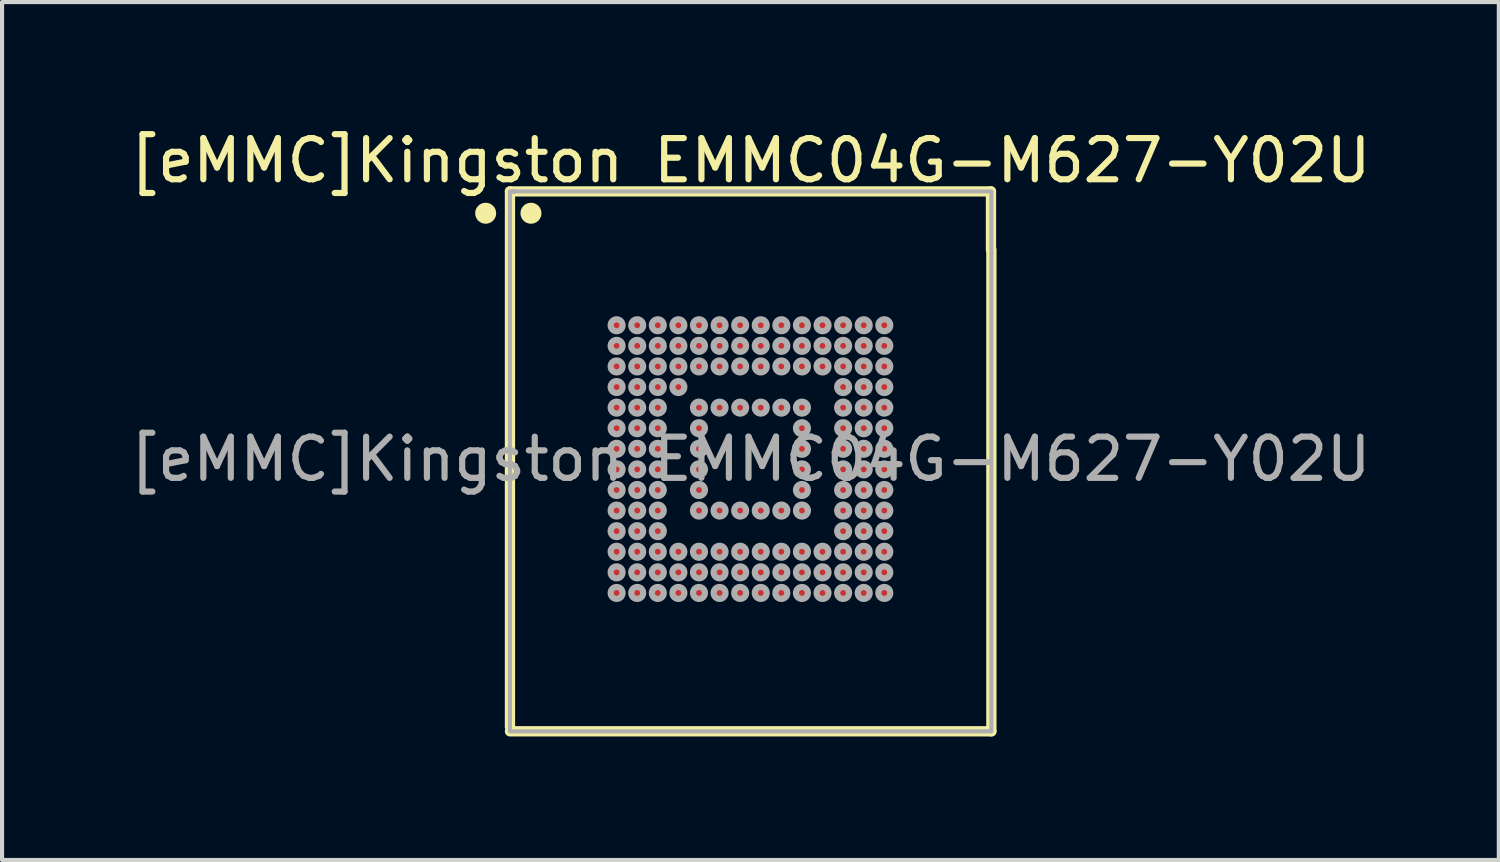
<source format=kicad_pcb>
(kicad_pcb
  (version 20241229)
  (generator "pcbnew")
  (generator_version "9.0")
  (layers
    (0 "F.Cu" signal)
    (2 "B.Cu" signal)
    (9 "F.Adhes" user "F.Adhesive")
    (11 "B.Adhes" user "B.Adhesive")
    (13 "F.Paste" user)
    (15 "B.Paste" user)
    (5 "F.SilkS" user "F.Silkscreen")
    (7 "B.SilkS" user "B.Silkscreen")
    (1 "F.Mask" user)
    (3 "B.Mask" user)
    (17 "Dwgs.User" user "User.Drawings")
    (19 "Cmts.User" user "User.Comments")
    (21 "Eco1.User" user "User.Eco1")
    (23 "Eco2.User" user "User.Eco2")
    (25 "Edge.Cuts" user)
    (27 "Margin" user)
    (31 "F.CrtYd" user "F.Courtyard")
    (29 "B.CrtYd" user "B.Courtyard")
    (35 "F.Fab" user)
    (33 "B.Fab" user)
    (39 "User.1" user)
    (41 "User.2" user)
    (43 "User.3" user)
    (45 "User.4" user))
  (footprint "[eMMC]Kingston EMMC04G-M627-Y02U"
    (layer "F.Cu")
    (at 15.173 8.098)
    (property "Reference" "[eMMC]Kingston EMMC04G-M627-Y02U" (at 0 -7.25 0) (layer "F.SilkS") (effects (font (size 1 1) (thickness 0.15))))
    (attr smd)
    (fp_line (start -5.84 -6.5) (end 5.84 -6.5) (stroke (width 0.25) (type solid)) (layer "F.SilkS"))
    (fp_line (start -5.84 6.5) (end -5.84 -6.5) (stroke (width 0.25) (type solid)) (layer "F.SilkS"))
    (fp_line (start -5.84 6.61) (end 5.85 6.61) (stroke (width 0.25) (type solid)) (layer "F.SilkS"))
    (fp_line (start 5.84 -6.5) (end 5.84 -5.08) (stroke (width 0.25) (type solid)) (layer "F.SilkS"))
    (fp_line (start 5.85 6.61) (end 5.85 -5.08) (stroke (width 0.25) (type solid)) (layer "F.SilkS"))
    (fp_circle (center -6.43 -5.97) (end -6.3 -5.97) (stroke (width 0.25) (type solid)) (fill no) (layer "F.SilkS"))
    (fp_circle (center -5.33 -5.97) (end -5.2 -5.97) (stroke (width 0.25) (type solid)) (fill no) (layer "F.SilkS"))
    (fp_rect (start -5.84 -6.5) (end 5.85 6.61) (stroke (width 0.1) (type solid)) (fill no) (layer "F.Fab"))
    (fp_circle (center -5.75 -6.5) (end -5.72 -6.5) (stroke (width 0.06) (type solid)) (fill no) (layer "F.Fab"))
    (fp_circle (center -3.25 -3.25) (end -3.18 -3.25) (stroke (width 0.15) (type solid)) (fill no) (layer "F.Fab"))
    (fp_circle (center -3.25 -2.75) (end -3.18 -2.75) (stroke (width 0.15) (type solid)) (fill no) (layer "F.Fab"))
    (fp_circle (center -3.25 -2.25) (end -3.18 -2.25) (stroke (width 0.15) (type solid)) (fill no) (layer "F.Fab"))
    (fp_circle (center -3.25 -1.75) (end -3.18 -1.75) (stroke (width 0.15) (type solid)) (fill no) (layer "F.Fab"))
    (fp_circle (center -3.25 -1.25) (end -3.18 -1.25) (stroke (width 0.15) (type solid)) (fill no) (layer "F.Fab"))
    (fp_circle (center -3.25 -0.75) (end -3.18 -0.75) (stroke (width 0.15) (type solid)) (fill no) (layer "F.Fab"))
    (fp_circle (center -3.25 -0.25) (end -3.18 -0.25) (stroke (width 0.15) (type solid)) (fill no) (layer "F.Fab"))
    (fp_circle (center -3.25 0.25) (end -3.18 0.25) (stroke (width 0.15) (type solid)) (fill no) (layer "F.Fab"))
    (fp_circle (center -3.25 0.75) (end -3.18 0.75) (stroke (width 0.15) (type solid)) (fill no) (layer "F.Fab"))
    (fp_circle (center -3.25 1.25) (end -3.18 1.25) (stroke (width 0.15) (type solid)) (fill no) (layer "F.Fab"))
    (fp_circle (center -3.25 1.75) (end -3.18 1.75) (stroke (width 0.15) (type solid)) (fill no) (layer "F.Fab"))
    (fp_circle (center -3.25 2.25) (end -3.18 2.25) (stroke (width 0.15) (type solid)) (fill no) (layer "F.Fab"))
    (fp_circle (center -3.25 2.75) (end -3.18 2.75) (stroke (width 0.15) (type solid)) (fill no) (layer "F.Fab"))
    (fp_circle (center -3.25 3.25) (end -3.18 3.25) (stroke (width 0.15) (type solid)) (fill no) (layer "F.Fab"))
    (fp_circle (center -2.75 -3.25) (end -2.68 -3.25) (stroke (width 0.15) (type solid)) (fill no) (layer "F.Fab"))
    (fp_circle (center -2.75 -2.75) (end -2.68 -2.75) (stroke (width 0.15) (type solid)) (fill no) (layer "F.Fab"))
    (fp_circle (center -2.75 -2.25) (end -2.68 -2.25) (stroke (width 0.15) (type solid)) (fill no) (layer "F.Fab"))
    (fp_circle (center -2.75 -1.75) (end -2.68 -1.75) (stroke (width 0.15) (type solid)) (fill no) (layer "F.Fab"))
    (fp_circle (center -2.75 -1.25) (end -2.68 -1.25) (stroke (width 0.15) (type solid)) (fill no) (layer "F.Fab"))
    (fp_circle (center -2.75 -0.75) (end -2.68 -0.75) (stroke (width 0.15) (type solid)) (fill no) (layer "F.Fab"))
    (fp_circle (center -2.75 -0.25) (end -2.68 -0.25) (stroke (width 0.15) (type solid)) (fill no) (layer "F.Fab"))
    (fp_circle (center -2.75 0.25) (end -2.68 0.25) (stroke (width 0.15) (type solid)) (fill no) (layer "F.Fab"))
    (fp_circle (center -2.75 0.75) (end -2.68 0.75) (stroke (width 0.15) (type solid)) (fill no) (layer "F.Fab"))
    (fp_circle (center -2.75 1.25) (end -2.68 1.25) (stroke (width 0.15) (type solid)) (fill no) (layer "F.Fab"))
    (fp_circle (center -2.75 1.75) (end -2.68 1.75) (stroke (width 0.15) (type solid)) (fill no) (layer "F.Fab"))
    (fp_circle (center -2.75 2.25) (end -2.68 2.25) (stroke (width 0.15) (type solid)) (fill no) (layer "F.Fab"))
    (fp_circle (center -2.75 2.75) (end -2.68 2.75) (stroke (width 0.15) (type solid)) (fill no) (layer "F.Fab"))
    (fp_circle (center -2.75 3.25) (end -2.68 3.25) (stroke (width 0.15) (type solid)) (fill no) (layer "F.Fab"))
    (fp_circle (center -2.25 -3.25) (end -2.18 -3.25) (stroke (width 0.15) (type solid)) (fill no) (layer "F.Fab"))
    (fp_circle (center -2.25 -2.75) (end -2.18 -2.75) (stroke (width 0.15) (type solid)) (fill no) (layer "F.Fab"))
    (fp_circle (center -2.25 -2.25) (end -2.18 -2.25) (stroke (width 0.15) (type solid)) (fill no) (layer "F.Fab"))
    (fp_circle (center -2.25 -1.75) (end -2.18 -1.75) (stroke (width 0.15) (type solid)) (fill no) (layer "F.Fab"))
    (fp_circle (center -2.25 -1.25) (end -2.18 -1.25) (stroke (width 0.15) (type solid)) (fill no) (layer "F.Fab"))
    (fp_circle (center -2.25 -0.75) (end -2.18 -0.75) (stroke (width 0.15) (type solid)) (fill no) (layer "F.Fab"))
    (fp_circle (center -2.25 -0.25) (end -2.18 -0.25) (stroke (width 0.15) (type solid)) (fill no) (layer "F.Fab"))
    (fp_circle (center -2.25 0.25) (end -2.18 0.25) (stroke (width 0.15) (type solid)) (fill no) (layer "F.Fab"))
    (fp_circle (center -2.25 0.75) (end -2.18 0.75) (stroke (width 0.15) (type solid)) (fill no) (layer "F.Fab"))
    (fp_circle (center -2.25 1.25) (end -2.18 1.25) (stroke (width 0.15) (type solid)) (fill no) (layer "F.Fab"))
    (fp_circle (center -2.25 1.75) (end -2.18 1.75) (stroke (width 0.15) (type solid)) (fill no) (layer "F.Fab"))
    (fp_circle (center -2.25 2.25) (end -2.18 2.25) (stroke (width 0.15) (type solid)) (fill no) (layer "F.Fab"))
    (fp_circle (center -2.25 2.75) (end -2.18 2.75) (stroke (width 0.15) (type solid)) (fill no) (layer "F.Fab"))
    (fp_circle (center -2.25 3.25) (end -2.18 3.25) (stroke (width 0.15) (type solid)) (fill no) (layer "F.Fab"))
    (fp_circle (center -1.75 -3.25) (end -1.68 -3.25) (stroke (width 0.15) (type solid)) (fill no) (layer "F.Fab"))
    (fp_circle (center -1.75 -2.75) (end -1.68 -2.75) (stroke (width 0.15) (type solid)) (fill no) (layer "F.Fab"))
    (fp_circle (center -1.75 -2.25) (end -1.68 -2.25) (stroke (width 0.15) (type solid)) (fill no) (layer "F.Fab"))
    (fp_circle (center -1.75 -1.75) (end -1.68 -1.75) (stroke (width 0.15) (type solid)) (fill no) (layer "F.Fab"))
    (fp_circle (center -1.75 2.25) (end -1.68 2.25) (stroke (width 0.15) (type solid)) (fill no) (layer "F.Fab"))
    (fp_circle (center -1.75 2.75) (end -1.68 2.75) (stroke (width 0.15) (type solid)) (fill no) (layer "F.Fab"))
    (fp_circle (center -1.75 3.25) (end -1.68 3.25) (stroke (width 0.15) (type solid)) (fill no) (layer "F.Fab"))
    (fp_circle (center -1.25 -3.25) (end -1.18 -3.25) (stroke (width 0.15) (type solid)) (fill no) (layer "F.Fab"))
    (fp_circle (center -1.25 -2.75) (end -1.18 -2.75) (stroke (width 0.15) (type solid)) (fill no) (layer "F.Fab"))
    (fp_circle (center -1.25 -2.25) (end -1.18 -2.25) (stroke (width 0.15) (type solid)) (fill no) (layer "F.Fab"))
    (fp_circle (center -1.25 -1.25) (end -1.18 -1.25) (stroke (width 0.15) (type solid)) (fill no) (layer "F.Fab"))
    (fp_circle (center -1.25 -0.75) (end -1.18 -0.75) (stroke (width 0.15) (type solid)) (fill no) (layer "F.Fab"))
    (fp_circle (center -1.25 -0.25) (end -1.18 -0.25) (stroke (width 0.15) (type solid)) (fill no) (layer "F.Fab"))
    (fp_circle (center -1.25 0.25) (end -1.18 0.25) (stroke (width 0.15) (type solid)) (fill no) (layer "F.Fab"))
    (fp_circle (center -1.25 0.75) (end -1.18 0.75) (stroke (width 0.15) (type solid)) (fill no) (layer "F.Fab"))
    (fp_circle (center -1.25 1.25) (end -1.18 1.25) (stroke (width 0.15) (type solid)) (fill no) (layer "F.Fab"))
    (fp_circle (center -1.25 2.25) (end -1.18 2.25) (stroke (width 0.15) (type solid)) (fill no) (layer "F.Fab"))
    (fp_circle (center -1.25 2.75) (end -1.18 2.75) (stroke (width 0.15) (type solid)) (fill no) (layer "F.Fab"))
    (fp_circle (center -1.25 3.25) (end -1.18 3.25) (stroke (width 0.15) (type solid)) (fill no) (layer "F.Fab"))
    (fp_circle (center -0.75 -3.25) (end -0.68 -3.25) (stroke (width 0.15) (type solid)) (fill no) (layer "F.Fab"))
    (fp_circle (center -0.75 -2.75) (end -0.68 -2.75) (stroke (width 0.15) (type solid)) (fill no) (layer "F.Fab"))
    (fp_circle (center -0.75 -2.25) (end -0.68 -2.25) (stroke (width 0.15) (type solid)) (fill no) (layer "F.Fab"))
    (fp_circle (center -0.75 -1.25) (end -0.68 -1.25) (stroke (width 0.15) (type solid)) (fill no) (layer "F.Fab"))
    (fp_circle (center -0.75 1.25) (end -0.68 1.25) (stroke (width 0.15) (type solid)) (fill no) (layer "F.Fab"))
    (fp_circle (center -0.75 2.25) (end -0.68 2.25) (stroke (width 0.15) (type solid)) (fill no) (layer "F.Fab"))
    (fp_circle (center -0.75 2.75) (end -0.68 2.75) (stroke (width 0.15) (type solid)) (fill no) (layer "F.Fab"))
    (fp_circle (center -0.75 3.25) (end -0.68 3.25) (stroke (width 0.15) (type solid)) (fill no) (layer "F.Fab"))
    (fp_circle (center -0.25 -3.25) (end -0.18 -3.25) (stroke (width 0.15) (type solid)) (fill no) (layer "F.Fab"))
    (fp_circle (center -0.25 -2.75) (end -0.18 -2.75) (stroke (width 0.15) (type solid)) (fill no) (layer "F.Fab"))
    (fp_circle (center -0.25 -2.25) (end -0.18 -2.25) (stroke (width 0.15) (type solid)) (fill no) (layer "F.Fab"))
    (fp_circle (center -0.25 -1.25) (end -0.18 -1.25) (stroke (width 0.15) (type solid)) (fill no) (layer "F.Fab"))
    (fp_circle (center -0.25 1.25) (end -0.18 1.25) (stroke (width 0.15) (type solid)) (fill no) (layer "F.Fab"))
    (fp_circle (center -0.25 2.25) (end -0.18 2.25) (stroke (width 0.15) (type solid)) (fill no) (layer "F.Fab"))
    (fp_circle (center -0.25 2.75) (end -0.18 2.75) (stroke (width 0.15) (type solid)) (fill no) (layer "F.Fab"))
    (fp_circle (center -0.25 3.25) (end -0.18 3.25) (stroke (width 0.15) (type solid)) (fill no) (layer "F.Fab"))
    (fp_circle (center 0.25 -3.25) (end 0.32 -3.25) (stroke (width 0.15) (type solid)) (fill no) (layer "F.Fab"))
    (fp_circle (center 0.25 -2.75) (end 0.32 -2.75) (stroke (width 0.15) (type solid)) (fill no) (layer "F.Fab"))
    (fp_circle (center 0.25 -2.25) (end 0.32 -2.25) (stroke (width 0.15) (type solid)) (fill no) (layer "F.Fab"))
    (fp_circle (center 0.25 -1.25) (end 0.32 -1.25) (stroke (width 0.15) (type solid)) (fill no) (layer "F.Fab"))
    (fp_circle (center 0.25 1.25) (end 0.32 1.25) (stroke (width 0.15) (type solid)) (fill no) (layer "F.Fab"))
    (fp_circle (center 0.25 2.25) (end 0.32 2.25) (stroke (width 0.15) (type solid)) (fill no) (layer "F.Fab"))
    (fp_circle (center 0.25 2.75) (end 0.32 2.75) (stroke (width 0.15) (type solid)) (fill no) (layer "F.Fab"))
    (fp_circle (center 0.25 3.25) (end 0.32 3.25) (stroke (width 0.15) (type solid)) (fill no) (layer "F.Fab"))
    (fp_circle (center 0.75 -3.25) (end 0.82 -3.25) (stroke (width 0.15) (type solid)) (fill no) (layer "F.Fab"))
    (fp_circle (center 0.75 -2.75) (end 0.82 -2.75) (stroke (width 0.15) (type solid)) (fill no) (layer "F.Fab"))
    (fp_circle (center 0.75 -2.25) (end 0.82 -2.25) (stroke (width 0.15) (type solid)) (fill no) (layer "F.Fab"))
    (fp_circle (center 0.75 -1.25) (end 0.82 -1.25) (stroke (width 0.15) (type solid)) (fill no) (layer "F.Fab"))
    (fp_circle (center 0.75 1.25) (end 0.82 1.25) (stroke (width 0.15) (type solid)) (fill no) (layer "F.Fab"))
    (fp_circle (center 0.75 2.25) (end 0.82 2.25) (stroke (width 0.15) (type solid)) (fill no) (layer "F.Fab"))
    (fp_circle (center 0.75 2.75) (end 0.82 2.75) (stroke (width 0.15) (type solid)) (fill no) (layer "F.Fab"))
    (fp_circle (center 0.75 3.25) (end 0.82 3.25) (stroke (width 0.15) (type solid)) (fill no) (layer "F.Fab"))
    (fp_circle (center 1.25 -3.25) (end 1.32 -3.25) (stroke (width 0.15) (type solid)) (fill no) (layer "F.Fab"))
    (fp_circle (center 1.25 -2.75) (end 1.32 -2.75) (stroke (width 0.15) (type solid)) (fill no) (layer "F.Fab"))
    (fp_circle (center 1.25 -2.25) (end 1.32 -2.25) (stroke (width 0.15) (type solid)) (fill no) (layer "F.Fab"))
    (fp_circle (center 1.25 -1.25) (end 1.32 -1.25) (stroke (width 0.15) (type solid)) (fill no) (layer "F.Fab"))
    (fp_circle (center 1.25 -0.75) (end 1.32 -0.75) (stroke (width 0.15) (type solid)) (fill no) (layer "F.Fab"))
    (fp_circle (center 1.25 -0.25) (end 1.32 -0.25) (stroke (width 0.15) (type solid)) (fill no) (layer "F.Fab"))
    (fp_circle (center 1.25 0.25) (end 1.32 0.25) (stroke (width 0.15) (type solid)) (fill no) (layer "F.Fab"))
    (fp_circle (center 1.25 0.75) (end 1.32 0.75) (stroke (width 0.15) (type solid)) (fill no) (layer "F.Fab"))
    (fp_circle (center 1.25 1.25) (end 1.32 1.25) (stroke (width 0.15) (type solid)) (fill no) (layer "F.Fab"))
    (fp_circle (center 1.25 2.25) (end 1.32 2.25) (stroke (width 0.15) (type solid)) (fill no) (layer "F.Fab"))
    (fp_circle (center 1.25 2.75) (end 1.32 2.75) (stroke (width 0.15) (type solid)) (fill no) (layer "F.Fab"))
    (fp_circle (center 1.25 3.25) (end 1.32 3.25) (stroke (width 0.15) (type solid)) (fill no) (layer "F.Fab"))
    (fp_circle (center 1.75 -3.25) (end 1.82 -3.25) (stroke (width 0.15) (type solid)) (fill no) (layer "F.Fab"))
    (fp_circle (center 1.75 -2.75) (end 1.82 -2.75) (stroke (width 0.15) (type solid)) (fill no) (layer "F.Fab"))
    (fp_circle (center 1.75 -2.25) (end 1.82 -2.25) (stroke (width 0.15) (type solid)) (fill no) (layer "F.Fab"))
    (fp_circle (center 1.75 2.25) (end 1.82 2.25) (stroke (width 0.15) (type solid)) (fill no) (layer "F.Fab"))
    (fp_circle (center 1.75 2.75) (end 1.82 2.75) (stroke (width 0.15) (type solid)) (fill no) (layer "F.Fab"))
    (fp_circle (center 1.75 3.25) (end 1.82 3.25) (stroke (width 0.15) (type solid)) (fill no) (layer "F.Fab"))
    (fp_circle (center 2.25 -3.25) (end 2.32 -3.25) (stroke (width 0.15) (type solid)) (fill no) (layer "F.Fab"))
    (fp_circle (center 2.25 -2.75) (end 2.32 -2.75) (stroke (width 0.15) (type solid)) (fill no) (layer "F.Fab"))
    (fp_circle (center 2.25 -2.25) (end 2.32 -2.25) (stroke (width 0.15) (type solid)) (fill no) (layer "F.Fab"))
    (fp_circle (center 2.25 -1.75) (end 2.32 -1.75) (stroke (width 0.15) (type solid)) (fill no) (layer "F.Fab"))
    (fp_circle (center 2.25 -1.25) (end 2.32 -1.25) (stroke (width 0.15) (type solid)) (fill no) (layer "F.Fab"))
    (fp_circle (center 2.25 -0.75) (end 2.32 -0.75) (stroke (width 0.15) (type solid)) (fill no) (layer "F.Fab"))
    (fp_circle (center 2.25 -0.25) (end 2.32 -0.25) (stroke (width 0.15) (type solid)) (fill no) (layer "F.Fab"))
    (fp_circle (center 2.25 0.25) (end 2.32 0.25) (stroke (width 0.15) (type solid)) (fill no) (layer "F.Fab"))
    (fp_circle (center 2.25 0.75) (end 2.32 0.75) (stroke (width 0.15) (type solid)) (fill no) (layer "F.Fab"))
    (fp_circle (center 2.25 1.25) (end 2.32 1.25) (stroke (width 0.15) (type solid)) (fill no) (layer "F.Fab"))
    (fp_circle (center 2.25 1.75) (end 2.32 1.75) (stroke (width 0.15) (type solid)) (fill no) (layer "F.Fab"))
    (fp_circle (center 2.25 2.25) (end 2.32 2.25) (stroke (width 0.15) (type solid)) (fill no) (layer "F.Fab"))
    (fp_circle (center 2.25 2.75) (end 2.32 2.75) (stroke (width 0.15) (type solid)) (fill no) (layer "F.Fab"))
    (fp_circle (center 2.25 3.25) (end 2.32 3.25) (stroke (width 0.15) (type solid)) (fill no) (layer "F.Fab"))
    (fp_circle (center 2.75 -3.25) (end 2.82 -3.25) (stroke (width 0.15) (type solid)) (fill no) (layer "F.Fab"))
    (fp_circle (center 2.75 -2.75) (end 2.82 -2.75) (stroke (width 0.15) (type solid)) (fill no) (layer "F.Fab"))
    (fp_circle (center 2.75 -2.25) (end 2.82 -2.25) (stroke (width 0.15) (type solid)) (fill no) (layer "F.Fab"))
    (fp_circle (center 2.75 -1.75) (end 2.82 -1.75) (stroke (width 0.15) (type solid)) (fill no) (layer "F.Fab"))
    (fp_circle (center 2.75 -1.25) (end 2.82 -1.25) (stroke (width 0.15) (type solid)) (fill no) (layer "F.Fab"))
    (fp_circle (center 2.75 -0.75) (end 2.82 -0.75) (stroke (width 0.15) (type solid)) (fill no) (layer "F.Fab"))
    (fp_circle (center 2.75 -0.25) (end 2.82 -0.25) (stroke (width 0.15) (type solid)) (fill no) (layer "F.Fab"))
    (fp_circle (center 2.75 0.25) (end 2.82 0.25) (stroke (width 0.15) (type solid)) (fill no) (layer "F.Fab"))
    (fp_circle (center 2.75 0.75) (end 2.82 0.75) (stroke (width 0.15) (type solid)) (fill no) (layer "F.Fab"))
    (fp_circle (center 2.75 1.25) (end 2.82 1.25) (stroke (width 0.15) (type solid)) (fill no) (layer "F.Fab"))
    (fp_circle (center 2.75 1.75) (end 2.82 1.75) (stroke (width 0.15) (type solid)) (fill no) (layer "F.Fab"))
    (fp_circle (center 2.75 2.25) (end 2.82 2.25) (stroke (width 0.15) (type solid)) (fill no) (layer "F.Fab"))
    (fp_circle (center 2.75 2.75) (end 2.82 2.75) (stroke (width 0.15) (type solid)) (fill no) (layer "F.Fab"))
    (fp_circle (center 2.75 3.25) (end 2.82 3.25) (stroke (width 0.15) (type solid)) (fill no) (layer "F.Fab"))
    (fp_circle (center 3.25 -3.25) (end 3.32 -3.25) (stroke (width 0.15) (type solid)) (fill no) (layer "F.Fab"))
    (fp_circle (center 3.25 -2.75) (end 3.32 -2.75) (stroke (width 0.15) (type solid)) (fill no) (layer "F.Fab"))
    (fp_circle (center 3.25 -2.25) (end 3.32 -2.25) (stroke (width 0.15) (type solid)) (fill no) (layer "F.Fab"))
    (fp_circle (center 3.25 -1.75) (end 3.32 -1.75) (stroke (width 0.15) (type solid)) (fill no) (layer "F.Fab"))
    (fp_circle (center 3.25 -1.25) (end 3.32 -1.25) (stroke (width 0.15) (type solid)) (fill no) (layer "F.Fab"))
    (fp_circle (center 3.25 -0.75) (end 3.32 -0.75) (stroke (width 0.15) (type solid)) (fill no) (layer "F.Fab"))
    (fp_circle (center 3.25 -0.25) (end 3.32 -0.25) (stroke (width 0.15) (type solid)) (fill no) (layer "F.Fab"))
    (fp_circle (center 3.25 0.25) (end 3.32 0.25) (stroke (width 0.15) (type solid)) (fill no) (layer "F.Fab"))
    (fp_circle (center 3.25 0.75) (end 3.32 0.75) (stroke (width 0.15) (type solid)) (fill no) (layer "F.Fab"))
    (fp_circle (center 3.25 1.25) (end 3.32 1.25) (stroke (width 0.15) (type solid)) (fill no) (layer "F.Fab"))
    (fp_circle (center 3.25 1.75) (end 3.32 1.75) (stroke (width 0.15) (type solid)) (fill no) (layer "F.Fab"))
    (fp_circle (center 3.25 2.25) (end 3.32 2.25) (stroke (width 0.15) (type solid)) (fill no) (layer "F.Fab"))
    (fp_circle (center 3.25 2.75) (end 3.32 2.75) (stroke (width 0.15) (type solid)) (fill no) (layer "F.Fab"))
    (fp_circle (center 3.25 3.25) (end 3.32 3.25) (stroke (width 0.15) (type solid)) (fill no) (layer "F.Fab"))
    (fp_text user "${REFERENCE}" (at 0 0 0) (layer "F.Fab") (effects (font (size 1 1) (thickness 0.15))))
    (pad "A1" smd circle (at -3.25 -3.25) (size 0.26 0.26) (layers "F.Cu" "F.Mask" "F.Paste"))
    (pad "A2" smd circle (at -2.75 -3.25) (size 0.26 0.26) (layers "F.Cu" "F.Mask" "F.Paste"))
    (pad "A3" smd circle (at -2.25 -3.25) (size 0.26 0.26) (layers "F.Cu" "F.Mask" "F.Paste"))
    (pad "A4" smd circle (at -1.75 -3.25) (size 0.26 0.26) (layers "F.Cu" "F.Mask" "F.Paste"))
    (pad "A5" smd circle (at -1.25 -3.25) (size 0.26 0.26) (layers "F.Cu" "F.Mask" "F.Paste"))
    (pad "A6" smd circle (at -0.75 -3.25) (size 0.26 0.26) (layers "F.Cu" "F.Mask" "F.Paste"))
    (pad "A7" smd circle (at -0.25 -3.25) (size 0.26 0.26) (layers "F.Cu" "F.Mask" "F.Paste"))
    (pad "A8" smd circle (at 0.25 -3.25) (size 0.26 0.26) (layers "F.Cu" "F.Mask" "F.Paste"))
    (pad "A9" smd circle (at 0.75 -3.25) (size 0.26 0.26) (layers "F.Cu" "F.Mask" "F.Paste"))
    (pad "A10" smd circle (at 1.25 -3.25) (size 0.26 0.26) (layers "F.Cu" "F.Mask" "F.Paste"))
    (pad "A11" smd circle (at 1.75 -3.25) (size 0.26 0.26) (layers "F.Cu" "F.Mask" "F.Paste"))
    (pad "A12" smd circle (at 2.25 -3.25) (size 0.26 0.26) (layers "F.Cu" "F.Mask" "F.Paste"))
    (pad "A13" smd circle (at 2.75 -3.25) (size 0.26 0.26) (layers "F.Cu" "F.Mask" "F.Paste"))
    (pad "A14" smd circle (at 3.25 -3.25) (size 0.26 0.26) (layers "F.Cu" "F.Mask" "F.Paste"))
    (pad "B1" smd circle (at -3.25 -2.75) (size 0.26 0.26) (layers "F.Cu" "F.Mask" "F.Paste"))
    (pad "B2" smd circle (at -2.75 -2.75) (size 0.26 0.26) (layers "F.Cu" "F.Mask" "F.Paste"))
    (pad "B3" smd circle (at -2.25 -2.75) (size 0.26 0.26) (layers "F.Cu" "F.Mask" "F.Paste"))
    (pad "B4" smd circle (at -1.75 -2.75) (size 0.26 0.26) (layers "F.Cu" "F.Mask" "F.Paste"))
    (pad "B5" smd circle (at -1.25 -2.75) (size 0.26 0.26) (layers "F.Cu" "F.Mask" "F.Paste"))
    (pad "B6" smd circle (at -0.75 -2.75) (size 0.26 0.26) (layers "F.Cu" "F.Mask" "F.Paste"))
    (pad "B7" smd circle (at -0.25 -2.75) (size 0.26 0.26) (layers "F.Cu" "F.Mask" "F.Paste"))
    (pad "B8" smd circle (at 0.25 -2.75) (size 0.26 0.26) (layers "F.Cu" "F.Mask" "F.Paste"))
    (pad "B9" smd circle (at 0.75 -2.75) (size 0.26 0.26) (layers "F.Cu" "F.Mask" "F.Paste"))
    (pad "B10" smd circle (at 1.25 -2.75) (size 0.26 0.26) (layers "F.Cu" "F.Mask" "F.Paste"))
    (pad "B11" smd circle (at 1.75 -2.75) (size 0.26 0.26) (layers "F.Cu" "F.Mask" "F.Paste"))
    (pad "B12" smd circle (at 2.25 -2.75) (size 0.26 0.26) (layers "F.Cu" "F.Mask" "F.Paste"))
    (pad "B13" smd circle (at 2.75 -2.75) (size 0.26 0.26) (layers "F.Cu" "F.Mask" "F.Paste"))
    (pad "B14" smd circle (at 3.25 -2.75) (size 0.26 0.26) (layers "F.Cu" "F.Mask" "F.Paste"))
    (pad "C1" smd circle (at -3.25 -2.25) (size 0.26 0.26) (layers "F.Cu" "F.Mask" "F.Paste"))
    (pad "C2" smd circle (at -2.75 -2.25) (size 0.26 0.26) (layers "F.Cu" "F.Mask" "F.Paste"))
    (pad "C3" smd circle (at -2.25 -2.25) (size 0.26 0.26) (layers "F.Cu" "F.Mask" "F.Paste"))
    (pad "C4" smd circle (at -1.75 -2.25) (size 0.26 0.26) (layers "F.Cu" "F.Mask" "F.Paste"))
    (pad "C5" smd circle (at -1.25 -2.25) (size 0.26 0.26) (layers "F.Cu" "F.Mask" "F.Paste"))
    (pad "C6" smd circle (at -0.75 -2.25) (size 0.26 0.26) (layers "F.Cu" "F.Mask" "F.Paste"))
    (pad "C7" smd circle (at -0.25 -2.25) (size 0.26 0.26) (layers "F.Cu" "F.Mask" "F.Paste"))
    (pad "C8" smd circle (at 0.25 -2.25) (size 0.26 0.26) (layers "F.Cu" "F.Mask" "F.Paste"))
    (pad "C9" smd circle (at 0.75 -2.25) (size 0.26 0.26) (layers "F.Cu" "F.Mask" "F.Paste"))
    (pad "C10" smd circle (at 1.25 -2.25) (size 0.26 0.26) (layers "F.Cu" "F.Mask" "F.Paste"))
    (pad "C11" smd circle (at 1.75 -2.25) (size 0.26 0.26) (layers "F.Cu" "F.Mask" "F.Paste"))
    (pad "C12" smd circle (at 2.25 -2.25) (size 0.26 0.26) (layers "F.Cu" "F.Mask" "F.Paste"))
    (pad "C13" smd circle (at 2.75 -2.25) (size 0.26 0.26) (layers "F.Cu" "F.Mask" "F.Paste"))
    (pad "C14" smd circle (at 3.25 -2.25) (size 0.26 0.26) (layers "F.Cu" "F.Mask" "F.Paste"))
    (pad "D1" smd circle (at -3.25 -1.75) (size 0.26 0.26) (layers "F.Cu" "F.Mask" "F.Paste"))
    (pad "D2" smd circle (at -2.75 -1.75) (size 0.26 0.26) (layers "F.Cu" "F.Mask" "F.Paste"))
    (pad "D3" smd circle (at -2.25 -1.75) (size 0.26 0.26) (layers "F.Cu" "F.Mask" "F.Paste"))
    (pad "D4" smd circle (at -1.75 -1.75) (size 0.26 0.26) (layers "F.Cu" "F.Mask" "F.Paste"))
    (pad "D12" smd circle (at 2.25 -1.75) (size 0.26 0.26) (layers "F.Cu" "F.Mask" "F.Paste"))
    (pad "D13" smd circle (at 2.75 -1.75) (size 0.26 0.26) (layers "F.Cu" "F.Mask" "F.Paste"))
    (pad "D14" smd circle (at 3.25 -1.75) (size 0.26 0.26) (layers "F.Cu" "F.Mask" "F.Paste"))
    (pad "E1" smd circle (at -3.25 -1.25) (size 0.26 0.26) (layers "F.Cu" "F.Mask" "F.Paste"))
    (pad "E2" smd circle (at -2.75 -1.25) (size 0.26 0.26) (layers "F.Cu" "F.Mask" "F.Paste"))
    (pad "E3" smd circle (at -2.25 -1.25) (size 0.26 0.26) (layers "F.Cu" "F.Mask" "F.Paste"))
    (pad "E5" smd circle (at -1.25 -1.25) (size 0.26 0.26) (layers "F.Cu" "F.Mask" "F.Paste"))
    (pad "E6" smd circle (at -0.75 -1.25) (size 0.26 0.26) (layers "F.Cu" "F.Mask" "F.Paste"))
    (pad "E7" smd circle (at -0.25 -1.25) (size 0.26 0.26) (layers "F.Cu" "F.Mask" "F.Paste"))
    (pad "E8" smd circle (at 0.25 -1.25) (size 0.26 0.26) (layers "F.Cu" "F.Mask" "F.Paste"))
    (pad "E9" smd circle (at 0.75 -1.25) (size 0.26 0.26) (layers "F.Cu" "F.Mask" "F.Paste"))
    (pad "E10" smd circle (at 1.25 -1.25) (size 0.26 0.26) (layers "F.Cu" "F.Mask" "F.Paste"))
    (pad "E12" smd circle (at 2.25 -1.25) (size 0.26 0.26) (layers "F.Cu" "F.Mask" "F.Paste"))
    (pad "E13" smd circle (at 2.75 -1.25) (size 0.26 0.26) (layers "F.Cu" "F.Mask" "F.Paste"))
    (pad "E14" smd circle (at 3.25 -1.25) (size 0.26 0.26) (layers "F.Cu" "F.Mask" "F.Paste"))
    (pad "F1" smd circle (at -3.25 -0.75) (size 0.26 0.26) (layers "F.Cu" "F.Mask" "F.Paste"))
    (pad "F2" smd circle (at -2.75 -0.75) (size 0.26 0.26) (layers "F.Cu" "F.Mask" "F.Paste"))
    (pad "F3" smd circle (at -2.25 -0.75) (size 0.26 0.26) (layers "F.Cu" "F.Mask" "F.Paste"))
    (pad "F5" smd circle (at -1.25 -0.75) (size 0.26 0.26) (layers "F.Cu" "F.Mask" "F.Paste"))
    (pad "F10" smd circle (at 1.25 -0.75) (size 0.26 0.26) (layers "F.Cu" "F.Mask" "F.Paste"))
    (pad "F12" smd circle (at 2.25 -0.75) (size 0.26 0.26) (layers "F.Cu" "F.Mask" "F.Paste"))
    (pad "F13" smd circle (at 2.75 -0.75) (size 0.26 0.26) (layers "F.Cu" "F.Mask" "F.Paste"))
    (pad "F14" smd circle (at 3.25 -0.75) (size 0.26 0.26) (layers "F.Cu" "F.Mask" "F.Paste"))
    (pad "G1" smd circle (at -3.25 -0.25) (size 0.26 0.26) (layers "F.Cu" "F.Mask" "F.Paste"))
    (pad "G2" smd circle (at -2.75 -0.25) (size 0.26 0.26) (layers "F.Cu" "F.Mask" "F.Paste"))
    (pad "G3" smd circle (at -2.25 -0.25) (size 0.26 0.26) (layers "F.Cu" "F.Mask" "F.Paste"))
    (pad "G5" smd circle (at -1.25 -0.25) (size 0.26 0.26) (layers "F.Cu" "F.Mask" "F.Paste"))
    (pad "G10" smd circle (at 1.25 -0.25) (size 0.26 0.26) (layers "F.Cu" "F.Mask" "F.Paste"))
    (pad "G12" smd circle (at 2.25 -0.25) (size 0.26 0.26) (layers "F.Cu" "F.Mask" "F.Paste"))
    (pad "G13" smd circle (at 2.75 -0.25) (size 0.26 0.26) (layers "F.Cu" "F.Mask" "F.Paste"))
    (pad "G14" smd circle (at 3.25 -0.25) (size 0.26 0.26) (layers "F.Cu" "F.Mask" "F.Paste"))
    (pad "H1" smd circle (at -3.25 0.25) (size 0.26 0.26) (layers "F.Cu" "F.Mask" "F.Paste"))
    (pad "H2" smd circle (at -2.75 0.25) (size 0.26 0.26) (layers "F.Cu" "F.Mask" "F.Paste"))
    (pad "H3" smd circle (at -2.25 0.25) (size 0.26 0.26) (layers "F.Cu" "F.Mask" "F.Paste"))
    (pad "H5" smd circle (at -1.25 0.25) (size 0.26 0.26) (layers "F.Cu" "F.Mask" "F.Paste"))
    (pad "H10" smd circle (at 1.25 0.25) (size 0.26 0.26) (layers "F.Cu" "F.Mask" "F.Paste"))
    (pad "H12" smd circle (at 2.25 0.25) (size 0.26 0.26) (layers "F.Cu" "F.Mask" "F.Paste"))
    (pad "H13" smd circle (at 2.75 0.25) (size 0.26 0.26) (layers "F.Cu" "F.Mask" "F.Paste"))
    (pad "H14" smd circle (at 3.25 0.25) (size 0.26 0.26) (layers "F.Cu" "F.Mask" "F.Paste"))
    (pad "J1" smd circle (at -3.25 0.75) (size 0.26 0.26) (layers "F.Cu" "F.Mask" "F.Paste"))
    (pad "J2" smd circle (at -2.75 0.75) (size 0.26 0.26) (layers "F.Cu" "F.Mask" "F.Paste"))
    (pad "J3" smd circle (at -2.25 0.75) (size 0.26 0.26) (layers "F.Cu" "F.Mask" "F.Paste"))
    (pad "J5" smd circle (at -1.25 0.75) (size 0.26 0.26) (layers "F.Cu" "F.Mask" "F.Paste"))
    (pad "J10" smd circle (at 1.25 0.75) (size 0.26 0.26) (layers "F.Cu" "F.Mask" "F.Paste"))
    (pad "J12" smd circle (at 2.25 0.75) (size 0.26 0.26) (layers "F.Cu" "F.Mask" "F.Paste"))
    (pad "J13" smd circle (at 2.75 0.75) (size 0.26 0.26) (layers "F.Cu" "F.Mask" "F.Paste"))
    (pad "J14" smd circle (at 3.25 0.75) (size 0.26 0.26) (layers "F.Cu" "F.Mask" "F.Paste"))
    (pad "K1" smd circle (at -3.25 1.25) (size 0.26 0.26) (layers "F.Cu" "F.Mask" "F.Paste"))
    (pad "K2" smd circle (at -2.75 1.25) (size 0.26 0.26) (layers "F.Cu" "F.Mask" "F.Paste"))
    (pad "K3" smd circle (at -2.25 1.25) (size 0.26 0.26) (layers "F.Cu" "F.Mask" "F.Paste"))
    (pad "K5" smd circle (at -1.25 1.25) (size 0.26 0.26) (layers "F.Cu" "F.Mask" "F.Paste"))
    (pad "K6" smd circle (at -0.75 1.25) (size 0.26 0.26) (layers "F.Cu" "F.Mask" "F.Paste"))
    (pad "K7" smd circle (at -0.25 1.25) (size 0.26 0.26) (layers "F.Cu" "F.Mask" "F.Paste"))
    (pad "K8" smd circle (at 0.25 1.25) (size 0.26 0.26) (layers "F.Cu" "F.Mask" "F.Paste"))
    (pad "K9" smd circle (at 0.75 1.25) (size 0.26 0.26) (layers "F.Cu" "F.Mask" "F.Paste"))
    (pad "K10" smd circle (at 1.25 1.25) (size 0.26 0.26) (layers "F.Cu" "F.Mask" "F.Paste"))
    (pad "K12" smd circle (at 2.25 1.25) (size 0.26 0.26) (layers "F.Cu" "F.Mask" "F.Paste"))
    (pad "K13" smd circle (at 2.75 1.25) (size 0.26 0.26) (layers "F.Cu" "F.Mask" "F.Paste"))
    (pad "K14" smd circle (at 3.25 1.25) (size 0.26 0.26) (layers "F.Cu" "F.Mask" "F.Paste"))
    (pad "L1" smd circle (at -3.25 1.75) (size 0.26 0.26) (layers "F.Cu" "F.Mask" "F.Paste"))
    (pad "L2" smd circle (at -2.75 1.75) (size 0.26 0.26) (layers "F.Cu" "F.Mask" "F.Paste"))
    (pad "L3" smd circle (at -2.25 1.75) (size 0.26 0.26) (layers "F.Cu" "F.Mask" "F.Paste"))
    (pad "L12" smd circle (at 2.25 1.75) (size 0.26 0.26) (layers "F.Cu" "F.Mask" "F.Paste"))
    (pad "L13" smd circle (at 2.75 1.75) (size 0.26 0.26) (layers "F.Cu" "F.Mask" "F.Paste"))
    (pad "L14" smd circle (at 3.25 1.75) (size 0.26 0.26) (layers "F.Cu" "F.Mask" "F.Paste"))
    (pad "M1" smd circle (at -3.25 2.25) (size 0.26 0.26) (layers "F.Cu" "F.Mask" "F.Paste"))
    (pad "M2" smd circle (at -2.75 2.25) (size 0.26 0.26) (layers "F.Cu" "F.Mask" "F.Paste"))
    (pad "M3" smd circle (at -2.25 2.25) (size 0.26 0.26) (layers "F.Cu" "F.Mask" "F.Paste"))
    (pad "M4" smd circle (at -1.75 2.25) (size 0.26 0.26) (layers "F.Cu" "F.Mask" "F.Paste"))
    (pad "M5" smd circle (at -1.25 2.25) (size 0.26 0.26) (layers "F.Cu" "F.Mask" "F.Paste"))
    (pad "M6" smd circle (at -0.75 2.25) (size 0.26 0.26) (layers "F.Cu" "F.Mask" "F.Paste"))
    (pad "M7" smd circle (at -0.25 2.25) (size 0.26 0.26) (layers "F.Cu" "F.Mask" "F.Paste"))
    (pad "M8" smd circle (at 0.25 2.25) (size 0.26 0.26) (layers "F.Cu" "F.Mask" "F.Paste"))
    (pad "M9" smd circle (at 0.75 2.25) (size 0.26 0.26) (layers "F.Cu" "F.Mask" "F.Paste"))
    (pad "M10" smd circle (at 1.25 2.25) (size 0.26 0.26) (layers "F.Cu" "F.Mask" "F.Paste"))
    (pad "M11" smd circle (at 1.75 2.25) (size 0.26 0.26) (layers "F.Cu" "F.Mask" "F.Paste"))
    (pad "M12" smd circle (at 2.25 2.25) (size 0.26 0.26) (layers "F.Cu" "F.Mask" "F.Paste"))
    (pad "M13" smd circle (at 2.75 2.25) (size 0.26 0.26) (layers "F.Cu" "F.Mask" "F.Paste"))
    (pad "M14" smd circle (at 3.25 2.25) (size 0.26 0.26) (layers "F.Cu" "F.Mask" "F.Paste"))
    (pad "N1" smd circle (at -3.25 2.75) (size 0.26 0.26) (layers "F.Cu" "F.Mask" "F.Paste"))
    (pad "N2" smd circle (at -2.75 2.75) (size 0.26 0.26) (layers "F.Cu" "F.Mask" "F.Paste"))
    (pad "N3" smd circle (at -2.25 2.75) (size 0.26 0.26) (layers "F.Cu" "F.Mask" "F.Paste"))
    (pad "N4" smd circle (at -1.75 2.75) (size 0.26 0.26) (layers "F.Cu" "F.Mask" "F.Paste"))
    (pad "N5" smd circle (at -1.25 2.75) (size 0.26 0.26) (layers "F.Cu" "F.Mask" "F.Paste"))
    (pad "N6" smd circle (at -0.75 2.75) (size 0.26 0.26) (layers "F.Cu" "F.Mask" "F.Paste"))
    (pad "N7" smd circle (at -0.25 2.75) (size 0.26 0.26) (layers "F.Cu" "F.Mask" "F.Paste"))
    (pad "N8" smd circle (at 0.25 2.75) (size 0.26 0.26) (layers "F.Cu" "F.Mask" "F.Paste"))
    (pad "N9" smd circle (at 0.75 2.75) (size 0.26 0.26) (layers "F.Cu" "F.Mask" "F.Paste"))
    (pad "N10" smd circle (at 1.25 2.75) (size 0.26 0.26) (layers "F.Cu" "F.Mask" "F.Paste"))
    (pad "N11" smd circle (at 1.75 2.75) (size 0.26 0.26) (layers "F.Cu" "F.Mask" "F.Paste"))
    (pad "N12" smd circle (at 2.25 2.75) (size 0.26 0.26) (layers "F.Cu" "F.Mask" "F.Paste"))
    (pad "N13" smd circle (at 2.75 2.75) (size 0.26 0.26) (layers "F.Cu" "F.Mask" "F.Paste"))
    (pad "N14" smd circle (at 3.25 2.75) (size 0.26 0.26) (layers "F.Cu" "F.Mask" "F.Paste"))
    (pad "P1" smd circle (at -3.25 3.25) (size 0.26 0.26) (layers "F.Cu" "F.Mask" "F.Paste"))
    (pad "P2" smd circle (at -2.75 3.25) (size 0.26 0.26) (layers "F.Cu" "F.Mask" "F.Paste"))
    (pad "P3" smd circle (at -2.25 3.25) (size 0.26 0.26) (layers "F.Cu" "F.Mask" "F.Paste"))
    (pad "P4" smd circle (at -1.75 3.25) (size 0.26 0.26) (layers "F.Cu" "F.Mask" "F.Paste"))
    (pad "P5" smd circle (at -1.25 3.25) (size 0.26 0.26) (layers "F.Cu" "F.Mask" "F.Paste"))
    (pad "P6" smd circle (at -0.75 3.25) (size 0.26 0.26) (layers "F.Cu" "F.Mask" "F.Paste"))
    (pad "P7" smd circle (at -0.25 3.25) (size 0.26 0.26) (layers "F.Cu" "F.Mask" "F.Paste"))
    (pad "P8" smd circle (at 0.25 3.25) (size 0.26 0.26) (layers "F.Cu" "F.Mask" "F.Paste"))
    (pad "P9" smd circle (at 0.75 3.25) (size 0.26 0.26) (layers "F.Cu" "F.Mask" "F.Paste"))
    (pad "P10" smd circle (at 1.25 3.25) (size 0.26 0.26) (layers "F.Cu" "F.Mask" "F.Paste"))
    (pad "P11" smd circle (at 1.75 3.25) (size 0.26 0.26) (layers "F.Cu" "F.Mask" "F.Paste"))
    (pad "P12" smd circle (at 2.25 3.25) (size 0.26 0.26) (layers "F.Cu" "F.Mask" "F.Paste"))
    (pad "P13" smd circle (at 2.75 3.25) (size 0.26 0.26) (layers "F.Cu" "F.Mask" "F.Paste"))
    (pad "P14" smd circle (at 3.25 3.25) (size 0.26 0.26) (layers "F.Cu" "F.Mask" "F.Paste")))
  (gr_rect
    (start -3 -3)
    (end 33.345 17.833)
    (stroke (width 0.1) (type default))
    (fill no)
    (layer "Edge.Cuts")))
</source>
